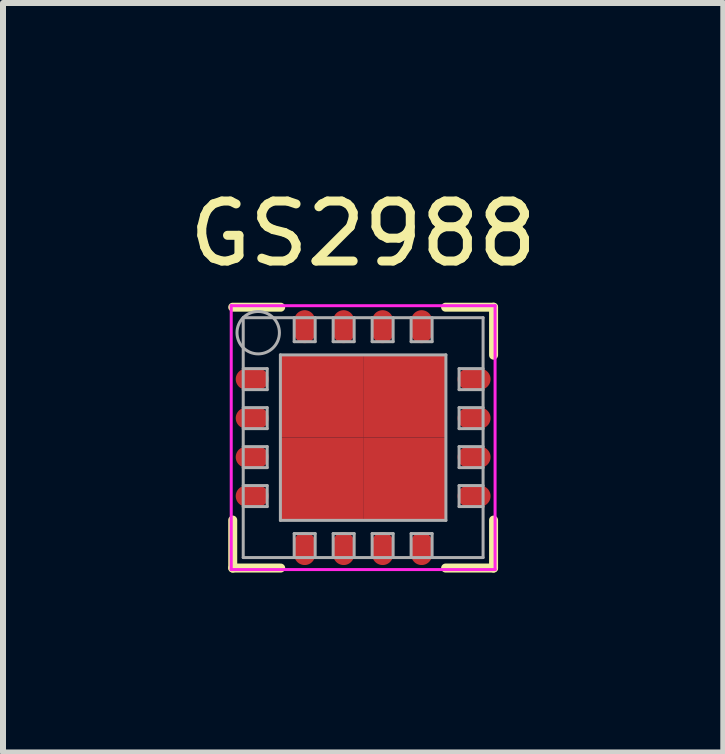
<source format=kicad_pcb>
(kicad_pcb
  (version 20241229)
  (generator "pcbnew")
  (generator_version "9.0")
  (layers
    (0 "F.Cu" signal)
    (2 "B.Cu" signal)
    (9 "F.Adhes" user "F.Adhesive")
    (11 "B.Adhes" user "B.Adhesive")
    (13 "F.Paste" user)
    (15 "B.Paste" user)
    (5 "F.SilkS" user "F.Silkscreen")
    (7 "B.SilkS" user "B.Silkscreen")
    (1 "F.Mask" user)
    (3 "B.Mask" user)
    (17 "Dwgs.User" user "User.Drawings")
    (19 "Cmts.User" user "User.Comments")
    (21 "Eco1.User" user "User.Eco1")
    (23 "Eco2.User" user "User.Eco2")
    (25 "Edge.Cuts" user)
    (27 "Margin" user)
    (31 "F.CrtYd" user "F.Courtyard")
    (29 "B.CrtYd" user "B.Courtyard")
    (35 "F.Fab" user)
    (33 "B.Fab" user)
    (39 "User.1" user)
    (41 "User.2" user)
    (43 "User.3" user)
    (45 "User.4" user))
  (footprint "GS2988"
    (layer "F.Cu")
    (at 3.006 4.248)
    (property "Reference" "GS2988" (at 0 -3.4 0) (layer "F.SilkS") (effects (font (size 1 1) (thickness 0.15))))
    (attr smd)
    (fp_line (start -2.175 -2.175) (end -1.375 -2.175) (stroke (width 0.15) (type solid)) (layer "F.SilkS"))
    (fp_line (start -2.175 2.175) (end -2.175 1.375) (stroke (width 0.15) (type solid)) (layer "F.SilkS"))
    (fp_line (start -2.175 2.175) (end -1.375 2.175) (stroke (width 0.15) (type solid)) (layer "F.SilkS"))
    (fp_line (start 2.175 -2.175) (end 1.375 -2.175) (stroke (width 0.15) (type solid)) (layer "F.SilkS"))
    (fp_line (start 2.175 -2.175) (end 2.175 -1.375) (stroke (width 0.15) (type solid)) (layer "F.SilkS"))
    (fp_line (start 2.175 2.175) (end 1.375 2.175) (stroke (width 0.15) (type solid)) (layer "F.SilkS"))
    (fp_line (start 2.175 2.175) (end 2.175 1.375) (stroke (width 0.15) (type solid)) (layer "F.SilkS"))
    (fp_line (start -2.2 -2.2) (end -2.2 2.2) (stroke (width 0.05) (type solid)) (layer "F.CrtYd"))
    (fp_line (start -2.2 -2.2) (end 2.2 -2.2) (stroke (width 0.05) (type solid)) (layer "F.CrtYd"))
    (fp_line (start -2.2 2.2) (end 2.2 2.2) (stroke (width 0.05) (type solid)) (layer "F.CrtYd"))
    (fp_line (start 2.2 -2.2) (end 2.2 2.2) (stroke (width 0.05) (type solid)) (layer "F.CrtYd"))
    (fp_line (start -2 -2) (end 2 -2) (stroke (width 0.05) (type solid)) (layer "F.Fab"))
    (fp_line (start -2 -1.15) (end -1.6 -1.15) (stroke (width 0.05) (type solid)) (layer "F.Fab"))
    (fp_line (start -2 -0.5) (end -1.6 -0.5) (stroke (width 0.05) (type solid)) (layer "F.Fab"))
    (fp_line (start -2 0.15) (end -1.6 0.15) (stroke (width 0.05) (type solid)) (layer "F.Fab"))
    (fp_line (start -2 0.8) (end -1.6 0.8) (stroke (width 0.05) (type solid)) (layer "F.Fab"))
    (fp_line (start -2 2) (end -2 -2) (stroke (width 0.05) (type solid)) (layer "F.Fab"))
    (fp_line (start -1.6 -1.15) (end -1.6 -0.8) (stroke (width 0.05) (type solid)) (layer "F.Fab"))
    (fp_line (start -1.6 -0.8) (end -2 -0.8) (stroke (width 0.05) (type solid)) (layer "F.Fab"))
    (fp_line (start -1.6 -0.5) (end -1.6 -0.15) (stroke (width 0.05) (type solid)) (layer "F.Fab"))
    (fp_line (start -1.6 -0.15) (end -2 -0.15) (stroke (width 0.05) (type solid)) (layer "F.Fab"))
    (fp_line (start -1.6 0.15) (end -1.6 0.5) (stroke (width 0.05) (type solid)) (layer "F.Fab"))
    (fp_line (start -1.6 0.5) (end -2 0.5) (stroke (width 0.05) (type solid)) (layer "F.Fab"))
    (fp_line (start -1.6 0.8) (end -1.6 1.15) (stroke (width 0.05) (type solid)) (layer "F.Fab"))
    (fp_line (start -1.6 1.15) (end -2 1.15) (stroke (width 0.05) (type solid)) (layer "F.Fab"))
    (fp_line (start -1.38 -1.38) (end 1.38 -1.38) (stroke (width 0.05) (type solid)) (layer "F.Fab"))
    (fp_line (start -1.38 1.38) (end -1.38 -1.38) (stroke (width 0.05) (type solid)) (layer "F.Fab"))
    (fp_line (start -1.15 -2) (end -1.15 -1.6) (stroke (width 0.05) (type solid)) (layer "F.Fab"))
    (fp_line (start -1.15 -1.6) (end -0.8 -1.6) (stroke (width 0.05) (type solid)) (layer "F.Fab"))
    (fp_line (start -1.15 1.6) (end -1.15 2) (stroke (width 0.05) (type solid)) (layer "F.Fab"))
    (fp_line (start -0.8 -1.6) (end -0.8 -2) (stroke (width 0.05) (type solid)) (layer "F.Fab"))
    (fp_line (start -0.8 1.6) (end -1.15 1.6) (stroke (width 0.05) (type solid)) (layer "F.Fab"))
    (fp_line (start -0.8 2) (end -0.8 1.6) (stroke (width 0.05) (type solid)) (layer "F.Fab"))
    (fp_line (start -0.5 -2) (end -0.5 -1.6) (stroke (width 0.05) (type solid)) (layer "F.Fab"))
    (fp_line (start -0.5 -1.6) (end -0.15 -1.6) (stroke (width 0.05) (type solid)) (layer "F.Fab"))
    (fp_line (start -0.5 1.6) (end -0.5 2) (stroke (width 0.05) (type solid)) (layer "F.Fab"))
    (fp_line (start -0.15 -1.6) (end -0.15 -2) (stroke (width 0.05) (type solid)) (layer "F.Fab"))
    (fp_line (start -0.15 1.6) (end -0.5 1.6) (stroke (width 0.05) (type solid)) (layer "F.Fab"))
    (fp_line (start -0.15 2) (end -0.15 1.6) (stroke (width 0.05) (type solid)) (layer "F.Fab"))
    (fp_line (start 0.15 -2) (end 0.15 -1.6) (stroke (width 0.05) (type solid)) (layer "F.Fab"))
    (fp_line (start 0.15 -1.6) (end 0.5 -1.6) (stroke (width 0.05) (type solid)) (layer "F.Fab"))
    (fp_line (start 0.15 1.6) (end 0.15 2) (stroke (width 0.05) (type solid)) (layer "F.Fab"))
    (fp_line (start 0.5 -1.6) (end 0.5 -2) (stroke (width 0.05) (type solid)) (layer "F.Fab"))
    (fp_line (start 0.5 1.6) (end 0.15 1.6) (stroke (width 0.05) (type solid)) (layer "F.Fab"))
    (fp_line (start 0.5 2) (end 0.5 1.6) (stroke (width 0.05) (type solid)) (layer "F.Fab"))
    (fp_line (start 0.8 -2) (end 0.8 -1.6) (stroke (width 0.05) (type solid)) (layer "F.Fab"))
    (fp_line (start 0.8 -1.6) (end 1.15 -1.6) (stroke (width 0.05) (type solid)) (layer "F.Fab"))
    (fp_line (start 0.8 1.6) (end 0.8 2) (stroke (width 0.05) (type solid)) (layer "F.Fab"))
    (fp_line (start 1.15 -1.6) (end 1.15 -2) (stroke (width 0.05) (type solid)) (layer "F.Fab"))
    (fp_line (start 1.15 1.6) (end 0.8 1.6) (stroke (width 0.05) (type solid)) (layer "F.Fab"))
    (fp_line (start 1.15 2) (end 1.15 1.6) (stroke (width 0.05) (type solid)) (layer "F.Fab"))
    (fp_line (start 1.38 -1.38) (end 1.38 1.38) (stroke (width 0.05) (type solid)) (layer "F.Fab"))
    (fp_line (start 1.38 1.38) (end -1.38 1.38) (stroke (width 0.05) (type solid)) (layer "F.Fab"))
    (fp_line (start 1.6 -1.15) (end 1.6 -0.8) (stroke (width 0.05) (type solid)) (layer "F.Fab"))
    (fp_line (start 1.6 -0.8) (end 2 -0.8) (stroke (width 0.05) (type solid)) (layer "F.Fab"))
    (fp_line (start 1.6 -0.5) (end 1.6 -0.15) (stroke (width 0.05) (type solid)) (layer "F.Fab"))
    (fp_line (start 1.6 -0.15) (end 2 -0.15) (stroke (width 0.05) (type solid)) (layer "F.Fab"))
    (fp_line (start 1.6 0.15) (end 1.6 0.5) (stroke (width 0.05) (type solid)) (layer "F.Fab"))
    (fp_line (start 1.6 0.5) (end 2 0.5) (stroke (width 0.05) (type solid)) (layer "F.Fab"))
    (fp_line (start 1.6 0.8) (end 1.6 1.15) (stroke (width 0.05) (type solid)) (layer "F.Fab"))
    (fp_line (start 1.6 1.15) (end 2 1.15) (stroke (width 0.05) (type solid)) (layer "F.Fab"))
    (fp_line (start 2 -2) (end 2 2) (stroke (width 0.05) (type solid)) (layer "F.Fab"))
    (fp_line (start 2 -1.15) (end 1.6 -1.15) (stroke (width 0.05) (type solid)) (layer "F.Fab"))
    (fp_line (start 2 -0.5) (end 1.6 -0.5) (stroke (width 0.05) (type solid)) (layer "F.Fab"))
    (fp_line (start 2 0.15) (end 1.6 0.15) (stroke (width 0.05) (type solid)) (layer "F.Fab"))
    (fp_line (start 2 0.8) (end 1.6 0.8) (stroke (width 0.05) (type solid)) (layer "F.Fab"))
    (fp_line (start 2 2) (end -2 2) (stroke (width 0.05) (type solid)) (layer "F.Fab"))
    (fp_circle (center -1.75 -1.75) (end -2 -2) (stroke (width 0.05) (type solid)) (fill no) (layer "F.Fab"))
    (pad "1" smd oval (at -1.85 -0.975) (size 0.55 0.35) (layers "F.Cu" "F.Mask" "F.Paste"))
    (pad "2" smd oval (at -1.85 -0.325) (size 0.55 0.35) (layers "F.Cu" "F.Mask" "F.Paste"))
    (pad "3" smd oval (at -1.85 0.325) (size 0.55 0.35) (layers "F.Cu" "F.Mask" "F.Paste"))
    (pad "4" smd oval (at -1.85 0.975) (size 0.55 0.35) (layers "F.Cu" "F.Mask" "F.Paste"))
    (pad "5" smd oval (at -0.975 1.85 90) (size 0.55 0.35) (layers "F.Cu" "F.Mask" "F.Paste"))
    (pad "6" smd oval (at -0.325 1.85 90) (size 0.55 0.35) (layers "F.Cu" "F.Mask" "F.Paste"))
    (pad "7" smd oval (at 0.325 1.85 90) (size 0.55 0.35) (layers "F.Cu" "F.Mask" "F.Paste"))
    (pad "8" smd oval (at 0.975 1.85 90) (size 0.55 0.35) (layers "F.Cu" "F.Mask" "F.Paste"))
    (pad "9" smd oval (at 1.85 0.975) (size 0.55 0.35) (layers "F.Cu" "F.Mask" "F.Paste"))
    (pad "10" smd oval (at 1.85 0.325) (size 0.55 0.35) (layers "F.Cu" "F.Mask" "F.Paste"))
    (pad "11" smd oval (at 1.85 -0.325) (size 0.55 0.35) (layers "F.Cu" "F.Mask" "F.Paste"))
    (pad "12" smd oval (at 1.85 -0.975) (size 0.55 0.35) (layers "F.Cu" "F.Mask" "F.Paste"))
    (pad "13" smd oval (at 0.975 -1.85 90) (size 0.55 0.35) (layers "F.Cu" "F.Mask" "F.Paste"))
    (pad "14" smd oval (at 0.325 -1.85 90) (size 0.55 0.35) (layers "F.Cu" "F.Mask" "F.Paste"))
    (pad "15" smd oval (at -0.325 -1.85 90) (size 0.55 0.35) (layers "F.Cu" "F.Mask" "F.Paste"))
    (pad "16" smd oval (at -0.975 -1.85 90) (size 0.55 0.35) (layers "F.Cu" "F.Mask" "F.Paste"))
    (pad "17" smd rect (at -0.69 -0.69) (size 1.38 1.38) (layers "F.Cu" "F.Mask" "F.Paste"))
    (pad "17" smd rect (at -0.69 0.69) (size 1.38 1.38) (layers "F.Cu" "F.Mask" "F.Paste"))
    (pad "17" smd rect (at 0.69 -0.69) (size 1.38 1.38) (layers "F.Cu" "F.Mask" "F.Paste"))
    (pad "17" smd rect (at 0.69 0.69) (size 1.38 1.38) (layers "F.Cu" "F.Mask" "F.Paste")))
  (gr_rect
    (start -3 -3)
    (end 9.012 9.498)
    (stroke (width 0.1) (type default))
    (fill no)
    (layer "Edge.Cuts")))
</source>
